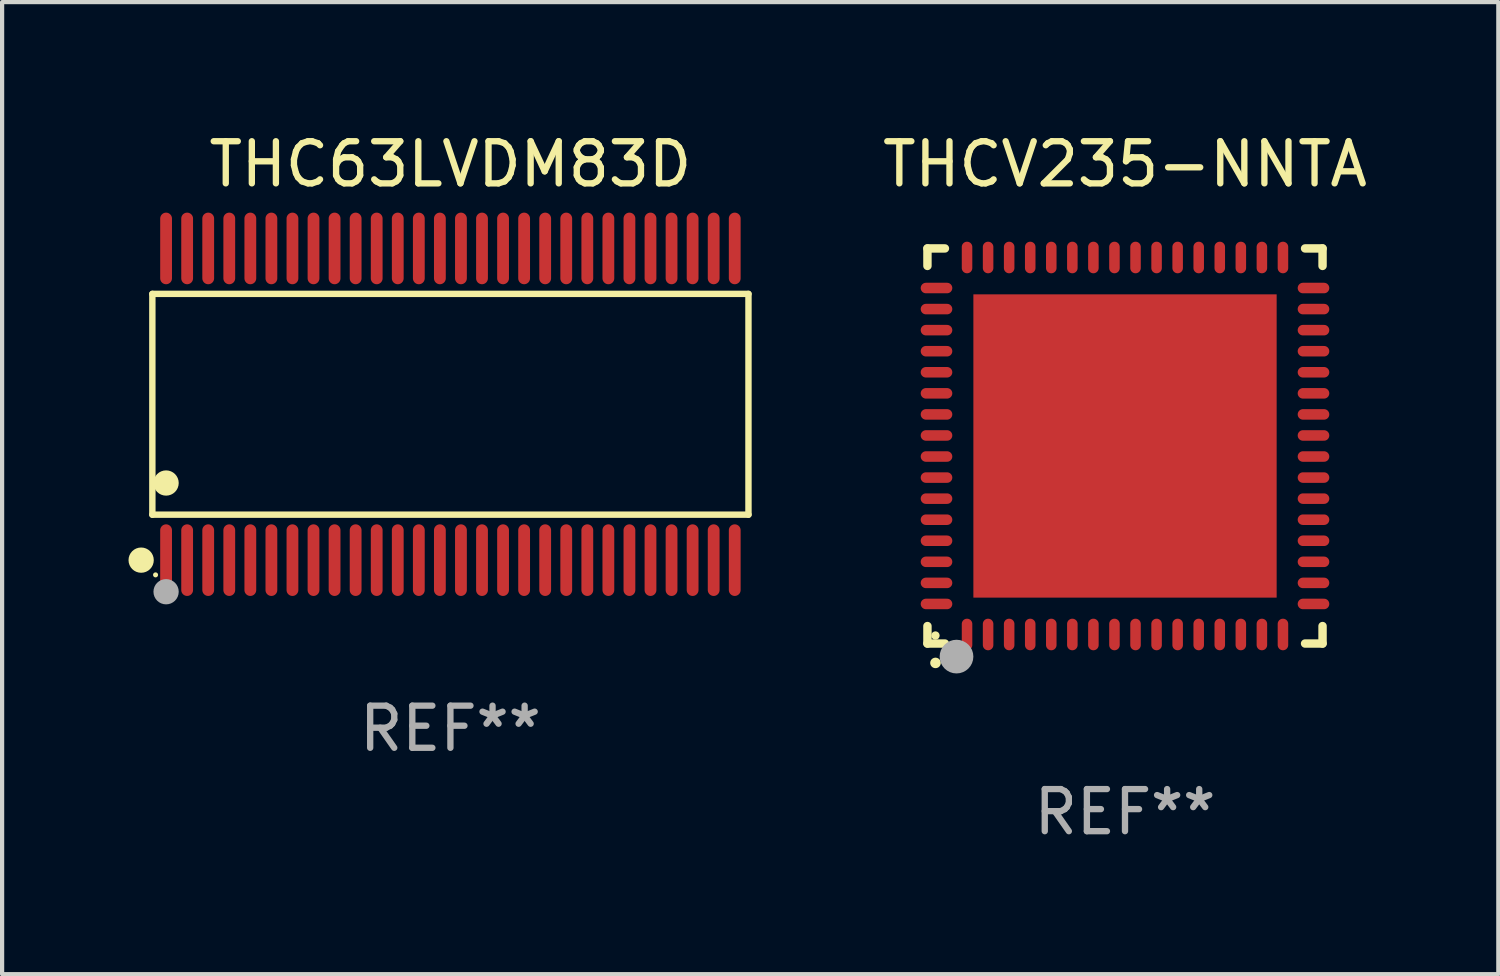
<source format=kicad_pcb>
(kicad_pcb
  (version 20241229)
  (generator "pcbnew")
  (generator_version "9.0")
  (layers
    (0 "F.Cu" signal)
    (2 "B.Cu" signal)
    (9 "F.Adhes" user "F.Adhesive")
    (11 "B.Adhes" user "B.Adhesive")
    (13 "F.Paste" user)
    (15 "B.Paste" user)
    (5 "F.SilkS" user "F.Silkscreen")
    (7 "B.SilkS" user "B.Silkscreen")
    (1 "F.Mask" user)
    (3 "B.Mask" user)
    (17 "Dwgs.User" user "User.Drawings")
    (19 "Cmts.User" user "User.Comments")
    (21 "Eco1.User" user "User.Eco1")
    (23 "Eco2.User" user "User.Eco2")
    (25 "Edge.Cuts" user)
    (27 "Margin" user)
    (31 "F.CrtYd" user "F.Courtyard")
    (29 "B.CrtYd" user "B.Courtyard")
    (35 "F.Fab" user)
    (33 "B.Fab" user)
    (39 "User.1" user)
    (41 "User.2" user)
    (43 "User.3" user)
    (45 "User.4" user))
  (footprint "THC63LVDM83D"
    (layer "F.Cu")
    (at 7.643 6.548)
    (property "Reference" "THC63LVDM83D" (at 0 -5.7 0) (layer "F.SilkS") (effects (font (size 1 1) (thickness 0.15))))
    (attr through_hole)
    (fp_line (start -7.076 -2.621) (end 7.076 -2.621) (stroke (width 0.152) (type solid)) (layer "F.SilkS"))
    (fp_line (start -7.076 2.621) (end -7.076 -2.621) (stroke (width 0.152) (type solid)) (layer "F.SilkS"))
    (fp_line (start 7.076 -2.621) (end 7.076 2.621) (stroke (width 0.152) (type solid)) (layer "F.SilkS"))
    (fp_line (start 7.076 2.621) (end -7.076 2.621) (stroke (width 0.152) (type solid)) (layer "F.SilkS"))
    (fp_circle (center -7.342 3.7) (end -7.192 3.7) (stroke (width 0.3) (type solid)) (fill no) (layer "F.SilkS"))
    (fp_circle (center -7 4.05) (end -6.97 4.05) (stroke (width 0.06) (type solid)) (fill no) (layer "F.SilkS"))
    (fp_circle (center -6.75 1.869) (end -6.6 1.869) (stroke (width 0.3) (type solid)) (fill no) (layer "F.SilkS"))
    (fp_circle (center -6.75 4.45) (end -6.6 4.45) (stroke (width 0.3) (type solid)) (fill no) (layer "F.Fab"))
    (fp_text user "REF**" (at 0 7.7 0) (layer "F.Fab") (effects (font (size 1 1) (thickness 0.15))))
    (pad "1" smd oval (at -6.75 3.7) (size 0.28 1.7) (layers "F.Cu" "F.Mask" "F.Paste"))
    (pad "2" smd oval (at -6.25 3.7) (size 0.28 1.7) (layers "F.Cu" "F.Mask" "F.Paste"))
    (pad "3" smd oval (at -5.75 3.7) (size 0.28 1.7) (layers "F.Cu" "F.Mask" "F.Paste"))
    (pad "4" smd oval (at -5.25 3.7) (size 0.28 1.7) (layers "F.Cu" "F.Mask" "F.Paste"))
    (pad "5" smd oval (at -4.75 3.7) (size 0.28 1.7) (layers "F.Cu" "F.Mask" "F.Paste"))
    (pad "6" smd oval (at -4.25 3.7) (size 0.28 1.7) (layers "F.Cu" "F.Mask" "F.Paste"))
    (pad "7" smd oval (at -3.75 3.7) (size 0.28 1.7) (layers "F.Cu" "F.Mask" "F.Paste"))
    (pad "8" smd oval (at -3.25 3.7) (size 0.28 1.7) (layers "F.Cu" "F.Mask" "F.Paste"))
    (pad "9" smd oval (at -2.75 3.7) (size 0.28 1.7) (layers "F.Cu" "F.Mask" "F.Paste"))
    (pad "10" smd oval (at -2.25 3.7) (size 0.28 1.7) (layers "F.Cu" "F.Mask" "F.Paste"))
    (pad "11" smd oval (at -1.75 3.7) (size 0.28 1.7) (layers "F.Cu" "F.Mask" "F.Paste"))
    (pad "12" smd oval (at -1.25 3.7) (size 0.28 1.7) (layers "F.Cu" "F.Mask" "F.Paste"))
    (pad "13" smd oval (at -0.75 3.7) (size 0.28 1.7) (layers "F.Cu" "F.Mask" "F.Paste"))
    (pad "14" smd oval (at -0.25 3.7) (size 0.28 1.7) (layers "F.Cu" "F.Mask" "F.Paste"))
    (pad "15" smd oval (at 0.25 3.7) (size 0.28 1.7) (layers "F.Cu" "F.Mask" "F.Paste"))
    (pad "16" smd oval (at 0.75 3.7) (size 0.28 1.7) (layers "F.Cu" "F.Mask" "F.Paste"))
    (pad "17" smd oval (at 1.25 3.7) (size 0.28 1.7) (layers "F.Cu" "F.Mask" "F.Paste"))
    (pad "18" smd oval (at 1.75 3.7) (size 0.28 1.7) (layers "F.Cu" "F.Mask" "F.Paste"))
    (pad "19" smd oval (at 2.25 3.7) (size 0.28 1.7) (layers "F.Cu" "F.Mask" "F.Paste"))
    (pad "20" smd oval (at 2.75 3.7) (size 0.28 1.7) (layers "F.Cu" "F.Mask" "F.Paste"))
    (pad "21" smd oval (at 3.25 3.7) (size 0.28 1.7) (layers "F.Cu" "F.Mask" "F.Paste"))
    (pad "22" smd oval (at 3.75 3.7) (size 0.28 1.7) (layers "F.Cu" "F.Mask" "F.Paste"))
    (pad "23" smd oval (at 4.25 3.7) (size 0.28 1.7) (layers "F.Cu" "F.Mask" "F.Paste"))
    (pad "24" smd oval (at 4.75 3.7) (size 0.28 1.7) (layers "F.Cu" "F.Mask" "F.Paste"))
    (pad "25" smd oval (at 5.25 3.7) (size 0.28 1.7) (layers "F.Cu" "F.Mask" "F.Paste"))
    (pad "26" smd oval (at 5.75 3.7) (size 0.28 1.7) (layers "F.Cu" "F.Mask" "F.Paste"))
    (pad "27" smd oval (at 6.25 3.7) (size 0.28 1.7) (layers "F.Cu" "F.Mask" "F.Paste"))
    (pad "28" smd oval (at 6.75 3.7) (size 0.28 1.7) (layers "F.Cu" "F.Mask" "F.Paste"))
    (pad "29" smd oval (at 6.75 -3.7) (size 0.28 1.7) (layers "F.Cu" "F.Mask" "F.Paste"))
    (pad "30" smd oval (at 6.25 -3.7) (size 0.28 1.7) (layers "F.Cu" "F.Mask" "F.Paste"))
    (pad "31" smd oval (at 5.75 -3.7) (size 0.28 1.7) (layers "F.Cu" "F.Mask" "F.Paste"))
    (pad "32" smd oval (at 5.25 -3.7) (size 0.28 1.7) (layers "F.Cu" "F.Mask" "F.Paste"))
    (pad "33" smd oval (at 4.75 -3.7) (size 0.28 1.7) (layers "F.Cu" "F.Mask" "F.Paste"))
    (pad "34" smd oval (at 4.25 -3.7) (size 0.28 1.7) (layers "F.Cu" "F.Mask" "F.Paste"))
    (pad "35" smd oval (at 3.75 -3.7) (size 0.28 1.7) (layers "F.Cu" "F.Mask" "F.Paste"))
    (pad "36" smd oval (at 3.25 -3.7) (size 0.28 1.7) (layers "F.Cu" "F.Mask" "F.Paste"))
    (pad "37" smd oval (at 2.75 -3.7) (size 0.28 1.7) (layers "F.Cu" "F.Mask" "F.Paste"))
    (pad "38" smd oval (at 2.25 -3.7) (size 0.28 1.7) (layers "F.Cu" "F.Mask" "F.Paste"))
    (pad "39" smd oval (at 1.75 -3.7) (size 0.28 1.7) (layers "F.Cu" "F.Mask" "F.Paste"))
    (pad "40" smd oval (at 1.25 -3.7) (size 0.28 1.7) (layers "F.Cu" "F.Mask" "F.Paste"))
    (pad "41" smd oval (at 0.75 -3.7) (size 0.28 1.7) (layers "F.Cu" "F.Mask" "F.Paste"))
    (pad "42" smd oval (at 0.25 -3.7) (size 0.28 1.7) (layers "F.Cu" "F.Mask" "F.Paste"))
    (pad "43" smd oval (at -0.25 -3.7) (size 0.28 1.7) (layers "F.Cu" "F.Mask" "F.Paste"))
    (pad "44" smd oval (at -0.75 -3.7) (size 0.28 1.7) (layers "F.Cu" "F.Mask" "F.Paste"))
    (pad "45" smd oval (at -1.25 -3.7) (size 0.28 1.7) (layers "F.Cu" "F.Mask" "F.Paste"))
    (pad "46" smd oval (at -1.75 -3.7) (size 0.28 1.7) (layers "F.Cu" "F.Mask" "F.Paste"))
    (pad "47" smd oval (at -2.25 -3.7) (size 0.28 1.7) (layers "F.Cu" "F.Mask" "F.Paste"))
    (pad "48" smd oval (at -2.75 -3.7) (size 0.28 1.7) (layers "F.Cu" "F.Mask" "F.Paste"))
    (pad "49" smd oval (at -3.25 -3.7) (size 0.28 1.7) (layers "F.Cu" "F.Mask" "F.Paste"))
    (pad "50" smd oval (at -3.75 -3.7) (size 0.28 1.7) (layers "F.Cu" "F.Mask" "F.Paste"))
    (pad "51" smd oval (at -4.25 -3.7) (size 0.28 1.7) (layers "F.Cu" "F.Mask" "F.Paste"))
    (pad "52" smd oval (at -4.75 -3.7) (size 0.28 1.7) (layers "F.Cu" "F.Mask" "F.Paste"))
    (pad "53" smd oval (at -5.25 -3.7) (size 0.28 1.7) (layers "F.Cu" "F.Mask" "F.Paste"))
    (pad "54" smd oval (at -5.75 -3.7) (size 0.28 1.7) (layers "F.Cu" "F.Mask" "F.Paste"))
    (pad "55" smd oval (at -6.25 -3.7) (size 0.28 1.7) (layers "F.Cu" "F.Mask" "F.Paste"))
    (pad "56" smd oval (at -6.75 -3.7) (size 0.28 1.7) (layers "F.Cu" "F.Mask" "F.Paste")))
  (footprint "THCV235-NNTA"
    (layer "F.Cu")
    (at 23.658 7.538)
    (property "Reference" "THCV235-NNTA" (at 0 -6.69 0) (layer "F.SilkS") (effects (font (size 1 1) (thickness 0.15))))
    (attr through_hole)
    (fp_line (start -4.69 -4.69) (end -4.275 -4.69) (stroke (width 0.2) (type solid)) (layer "F.SilkS"))
    (fp_line (start -4.69 -4.275) (end -4.69 -4.69) (stroke (width 0.2) (type solid)) (layer "F.SilkS"))
    (fp_line (start -4.69 4.69) (end -4.69 4.275) (stroke (width 0.2) (type solid)) (layer "F.SilkS"))
    (fp_line (start -4.275 4.69) (end -4.69 4.69) (stroke (width 0.2) (type solid)) (layer "F.SilkS"))
    (fp_line (start 4.275 4.69) (end 4.69 4.69) (stroke (width 0.2) (type solid)) (layer "F.SilkS"))
    (fp_line (start 4.69 -4.69) (end 4.275 -4.69) (stroke (width 0.2) (type solid)) (layer "F.SilkS"))
    (fp_line (start 4.69 -4.275) (end 4.69 -4.69) (stroke (width 0.2) (type solid)) (layer "F.SilkS"))
    (fp_line (start 4.69 4.69) (end 4.69 4.275) (stroke (width 0.2) (type solid)) (layer "F.SilkS"))
    (fp_arc (start -4.499886 5.15) (mid -4.498616 5.149994) (end -4.497346 5.15) (stroke (width 0.24892) (type solid)) (layer "F.SilkS"))
    (fp_circle (center -4.5 4.5) (end -4.45 4.5) (stroke (width 0.1) (type solid)) (fill no) (layer "F.SilkS"))
    (fp_circle (center -4 5) (end -3.8 5) (stroke (width 0.4) (type solid)) (fill no) (layer "F.Fab"))
    (fp_text user "REF**" (at 0 8.69 0) (layer "F.Fab") (effects (font (size 1 1) (thickness 0.15))))
    (pad "1" smd oval (at -3.75 4.475) (size 0.25 0.75) (layers "F.Cu" "F.Mask" "F.Paste"))
    (pad "2" smd oval (at -3.25 4.475) (size 0.25 0.75) (layers "F.Cu" "F.Mask" "F.Paste"))
    (pad "3" smd oval (at -2.75 4.475) (size 0.25 0.75) (layers "F.Cu" "F.Mask" "F.Paste"))
    (pad "4" smd oval (at -2.25 4.475) (size 0.25 0.75) (layers "F.Cu" "F.Mask" "F.Paste"))
    (pad "5" smd oval (at -1.75 4.475) (size 0.25 0.75) (layers "F.Cu" "F.Mask" "F.Paste"))
    (pad "6" smd oval (at -1.25 4.475) (size 0.25 0.75) (layers "F.Cu" "F.Mask" "F.Paste"))
    (pad "7" smd oval (at -0.75 4.475) (size 0.25 0.75) (layers "F.Cu" "F.Mask" "F.Paste"))
    (pad "8" smd oval (at -0.25 4.475) (size 0.25 0.75) (layers "F.Cu" "F.Mask" "F.Paste"))
    (pad "9" smd oval (at 0.25 4.475) (size 0.25 0.75) (layers "F.Cu" "F.Mask" "F.Paste"))
    (pad "10" smd oval (at 0.75 4.475) (size 0.25 0.75) (layers "F.Cu" "F.Mask" "F.Paste"))
    (pad "11" smd oval (at 1.25 4.475) (size 0.25 0.75) (layers "F.Cu" "F.Mask" "F.Paste"))
    (pad "12" smd oval (at 1.75 4.475) (size 0.25 0.75) (layers "F.Cu" "F.Mask" "F.Paste"))
    (pad "13" smd oval (at 2.25 4.475) (size 0.25 0.75) (layers "F.Cu" "F.Mask" "F.Paste"))
    (pad "14" smd oval (at 2.75 4.475) (size 0.25 0.75) (layers "F.Cu" "F.Mask" "F.Paste"))
    (pad "15" smd oval (at 3.25 4.475) (size 0.25 0.75) (layers "F.Cu" "F.Mask" "F.Paste"))
    (pad "16" smd oval (at 3.75 4.475) (size 0.25 0.75) (layers "F.Cu" "F.Mask" "F.Paste"))
    (pad "17" smd oval (at 4.475 3.75) (size 0.75 0.25) (layers "F.Cu" "F.Mask" "F.Paste"))
    (pad "18" smd oval (at 4.475 3.25) (size 0.75 0.25) (layers "F.Cu" "F.Mask" "F.Paste"))
    (pad "19" smd oval (at 4.475 2.75) (size 0.75 0.25) (layers "F.Cu" "F.Mask" "F.Paste"))
    (pad "20" smd oval (at 4.475 2.25) (size 0.75 0.25) (layers "F.Cu" "F.Mask" "F.Paste"))
    (pad "21" smd oval (at 4.475 1.75) (size 0.75 0.25) (layers "F.Cu" "F.Mask" "F.Paste"))
    (pad "22" smd oval (at 4.475 1.25) (size 0.75 0.25) (layers "F.Cu" "F.Mask" "F.Paste"))
    (pad "23" smd oval (at 4.475 0.75) (size 0.75 0.25) (layers "F.Cu" "F.Mask" "F.Paste"))
    (pad "24" smd oval (at 4.475 0.25) (size 0.75 0.25) (layers "F.Cu" "F.Mask" "F.Paste"))
    (pad "25" smd oval (at 4.475 -0.25) (size 0.75 0.25) (layers "F.Cu" "F.Mask" "F.Paste"))
    (pad "26" smd oval (at 4.475 -0.75) (size 0.75 0.25) (layers "F.Cu" "F.Mask" "F.Paste"))
    (pad "27" smd oval (at 4.475 -1.25) (size 0.75 0.25) (layers "F.Cu" "F.Mask" "F.Paste"))
    (pad "28" smd oval (at 4.475 -1.75) (size 0.75 0.25) (layers "F.Cu" "F.Mask" "F.Paste"))
    (pad "29" smd oval (at 4.475 -2.25) (size 0.75 0.25) (layers "F.Cu" "F.Mask" "F.Paste"))
    (pad "30" smd oval (at 4.475 -2.75) (size 0.75 0.25) (layers "F.Cu" "F.Mask" "F.Paste"))
    (pad "31" smd oval (at 4.475 -3.25) (size 0.75 0.25) (layers "F.Cu" "F.Mask" "F.Paste"))
    (pad "32" smd oval (at 4.475 -3.75) (size 0.75 0.25) (layers "F.Cu" "F.Mask" "F.Paste"))
    (pad "33" smd oval (at 3.75 -4.475) (size 0.25 0.75) (layers "F.Cu" "F.Mask" "F.Paste"))
    (pad "34" smd oval (at 3.25 -4.475) (size 0.25 0.75) (layers "F.Cu" "F.Mask" "F.Paste"))
    (pad "35" smd oval (at 2.75 -4.475) (size 0.25 0.75) (layers "F.Cu" "F.Mask" "F.Paste"))
    (pad "36" smd oval (at 2.25 -4.475) (size 0.25 0.75) (layers "F.Cu" "F.Mask" "F.Paste"))
    (pad "37" smd oval (at 1.75 -4.475) (size 0.25 0.75) (layers "F.Cu" "F.Mask" "F.Paste"))
    (pad "38" smd oval (at 1.25 -4.475) (size 0.25 0.75) (layers "F.Cu" "F.Mask" "F.Paste"))
    (pad "39" smd oval (at 0.75 -4.475) (size 0.25 0.75) (layers "F.Cu" "F.Mask" "F.Paste"))
    (pad "40" smd oval (at 0.25 -4.475) (size 0.25 0.75) (layers "F.Cu" "F.Mask" "F.Paste"))
    (pad "41" smd oval (at -0.25 -4.475) (size 0.25 0.75) (layers "F.Cu" "F.Mask" "F.Paste"))
    (pad "42" smd oval (at -0.75 -4.475) (size 0.25 0.75) (layers "F.Cu" "F.Mask" "F.Paste"))
    (pad "43" smd oval (at -1.25 -4.475) (size 0.25 0.75) (layers "F.Cu" "F.Mask" "F.Paste"))
    (pad "44" smd oval (at -1.75 -4.475) (size 0.25 0.75) (layers "F.Cu" "F.Mask" "F.Paste"))
    (pad "45" smd oval (at -2.25 -4.475) (size 0.25 0.75) (layers "F.Cu" "F.Mask" "F.Paste"))
    (pad "46" smd oval (at -2.75 -4.475) (size 0.25 0.75) (layers "F.Cu" "F.Mask" "F.Paste"))
    (pad "47" smd oval (at -3.25 -4.475) (size 0.25 0.75) (layers "F.Cu" "F.Mask" "F.Paste"))
    (pad "48" smd oval (at -3.75 -4.475) (size 0.25 0.75) (layers "F.Cu" "F.Mask" "F.Paste"))
    (pad "49" smd oval (at -4.475 -3.75) (size 0.75 0.25) (layers "F.Cu" "F.Mask" "F.Paste"))
    (pad "50" smd oval (at -4.475 -3.25) (size 0.75 0.25) (layers "F.Cu" "F.Mask" "F.Paste"))
    (pad "51" smd oval (at -4.475 -2.75) (size 0.75 0.25) (layers "F.Cu" "F.Mask" "F.Paste"))
    (pad "52" smd oval (at -4.475 -2.25) (size 0.75 0.25) (layers "F.Cu" "F.Mask" "F.Paste"))
    (pad "53" smd oval (at -4.475 -1.75) (size 0.75 0.25) (layers "F.Cu" "F.Mask" "F.Paste"))
    (pad "54" smd oval (at -4.475 -1.25) (size 0.75 0.25) (layers "F.Cu" "F.Mask" "F.Paste"))
    (pad "55" smd oval (at -4.475 -0.75) (size 0.75 0.25) (layers "F.Cu" "F.Mask" "F.Paste"))
    (pad "56" smd oval (at -4.475 -0.25) (size 0.75 0.25) (layers "F.Cu" "F.Mask" "F.Paste"))
    (pad "57" smd oval (at -4.475 0.25) (size 0.75 0.25) (layers "F.Cu" "F.Mask" "F.Paste"))
    (pad "58" smd oval (at -4.475 0.75) (size 0.75 0.25) (layers "F.Cu" "F.Mask" "F.Paste"))
    (pad "59" smd oval (at -4.475 1.25) (size 0.75 0.25) (layers "F.Cu" "F.Mask" "F.Paste"))
    (pad "60" smd oval (at -4.475 1.75) (size 0.75 0.25) (layers "F.Cu" "F.Mask" "F.Paste"))
    (pad "61" smd oval (at -4.475 2.25) (size 0.75 0.25) (layers "F.Cu" "F.Mask" "F.Paste"))
    (pad "62" smd oval (at -4.475 2.75) (size 0.75 0.25) (layers "F.Cu" "F.Mask" "F.Paste"))
    (pad "63" smd oval (at -4.475 3.25) (size 0.75 0.25) (layers "F.Cu" "F.Mask" "F.Paste"))
    (pad "64" smd oval (at -4.475 3.75) (size 0.75 0.25) (layers "F.Cu" "F.Mask" "F.Paste"))
    (pad "65" smd rect (at 0.000368 0.000013) (size 7.2 7.2) (layers "F.Cu" "F.Mask" "F.Paste")))
  (gr_rect
    (start -3 -3)
    (end 32.521 20.077)
    (stroke (width 0.1) (type default))
    (fill no)
    (layer "Edge.Cuts")))
</source>
